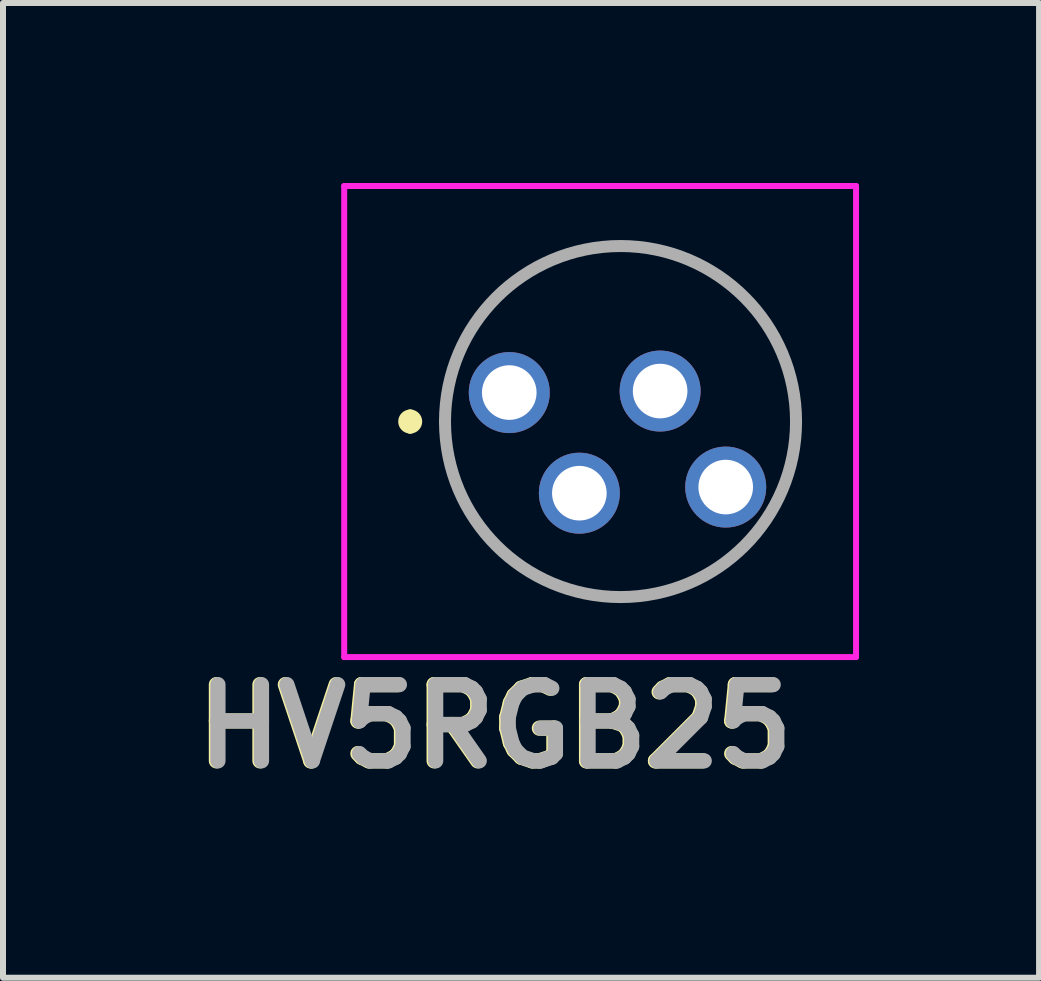
<source format=kicad_pcb>
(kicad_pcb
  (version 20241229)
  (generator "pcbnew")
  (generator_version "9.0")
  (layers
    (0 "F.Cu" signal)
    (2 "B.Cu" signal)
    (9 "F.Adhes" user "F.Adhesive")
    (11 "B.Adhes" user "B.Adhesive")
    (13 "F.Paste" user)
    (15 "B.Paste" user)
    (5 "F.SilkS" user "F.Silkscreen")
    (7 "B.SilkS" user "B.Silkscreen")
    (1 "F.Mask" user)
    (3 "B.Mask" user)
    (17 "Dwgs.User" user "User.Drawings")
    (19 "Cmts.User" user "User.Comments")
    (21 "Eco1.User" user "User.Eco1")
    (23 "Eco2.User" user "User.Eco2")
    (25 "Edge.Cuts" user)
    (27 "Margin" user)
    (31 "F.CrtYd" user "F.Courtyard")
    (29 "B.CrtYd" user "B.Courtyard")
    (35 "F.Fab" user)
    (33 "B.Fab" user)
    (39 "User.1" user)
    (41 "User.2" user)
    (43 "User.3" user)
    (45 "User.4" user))
  (footprint "HV5RGB25"
    (layer "F.Cu")
    (at 5.386 3.975)
    (property "Reference" "HV5RGB25" (at -0.203 5.08 0) (layer "F.SilkS") (effects (font (size 1.27 1.27) (thickness 0.254))))
    (attr through_hole)
    (fp_line (start -1.6 -0.1) (end -1.6 -0.1) (stroke (width 0.2) (type solid)) (layer "F.SilkS"))
    (fp_line (start -1.6 0.1) (end -1.6 0.1) (stroke (width 0.2) (type solid)) (layer "F.SilkS"))
    (fp_line (start -1.02 0) (end -1.02 0) (stroke (width 0.1) (type solid)) (layer "F.SilkS"))
    (fp_line (start 4.83 0) (end 4.83 0) (stroke (width 0.1) (type solid)) (layer "F.SilkS"))
    (fp_arc (start -1.6 -0.1) (mid -1.5 0) (end -1.6 0.1) (stroke (width 0.2) (type solid)) (layer "F.SilkS"))
    (fp_arc (start -1.6 0.1) (mid -1.7 0) (end -1.6 -0.1) (stroke (width 0.2) (type solid)) (layer "F.SilkS"))
    (fp_arc (start -1.02 0) (mid 1.905 -2.925) (end 4.83 0) (stroke (width 0.1) (type solid)) (layer "F.SilkS"))
    (fp_arc (start 4.83 0) (mid 1.905 2.925) (end -1.02 0) (stroke (width 0.1) (type solid)) (layer "F.SilkS"))
    (fp_line (start -2.7 -3.925) (end 5.83 -3.925) (stroke (width 0.1) (type solid)) (layer "F.CrtYd"))
    (fp_line (start -2.7 3.925) (end -2.7 -3.925) (stroke (width 0.1) (type solid)) (layer "F.CrtYd"))
    (fp_line (start 5.83 -3.925) (end 5.83 3.925) (stroke (width 0.1) (type solid)) (layer "F.CrtYd"))
    (fp_line (start 5.83 3.925) (end -2.7 3.925) (stroke (width 0.1) (type solid)) (layer "F.CrtYd"))
    (fp_line (start -1.02 0) (end -1.02 0) (stroke (width 0.2) (type solid)) (layer "F.Fab"))
    (fp_line (start 4.83 0) (end 4.83 0) (stroke (width 0.2) (type solid)) (layer "F.Fab"))
    (fp_arc (start -1.02 0) (mid 1.905 -2.925) (end 4.83 0) (stroke (width 0.2) (type solid)) (layer "F.Fab"))
    (fp_arc (start 4.83 0) (mid 1.905 2.925) (end -1.02 0) (stroke (width 0.2) (type solid)) (layer "F.Fab"))
    (fp_text user "${REFERENCE}" (at -0.178 5.08 0) (layer "F.Fab") (effects (font (size 1.27 1.27) (thickness 0.254))))
    (pad "1" thru_hole circle (at 0.051 -0.483) (size 1.35 1.35) (drill 0.91) (layers "*.Cu" "*.Mask"))
    (pad "2" thru_hole circle (at 1.219 1.194) (size 1.35 1.35) (drill 0.91) (layers "*.Cu" "*.Mask"))
    (pad "3" thru_hole circle (at 2.565 -0.508) (size 1.35 1.35) (drill 0.91) (layers "*.Cu" "*.Mask"))
    (pad "4" thru_hole circle (at 3.658 1.092) (size 1.35 1.35) (drill 0.91) (layers "*.Cu" "*.Mask")))
  (gr_rect
    (start -3 -3)
    (end 14.266 13.244)
    (stroke (width 0.1) (type default))
    (fill no)
    (layer "Edge.Cuts")))
</source>
